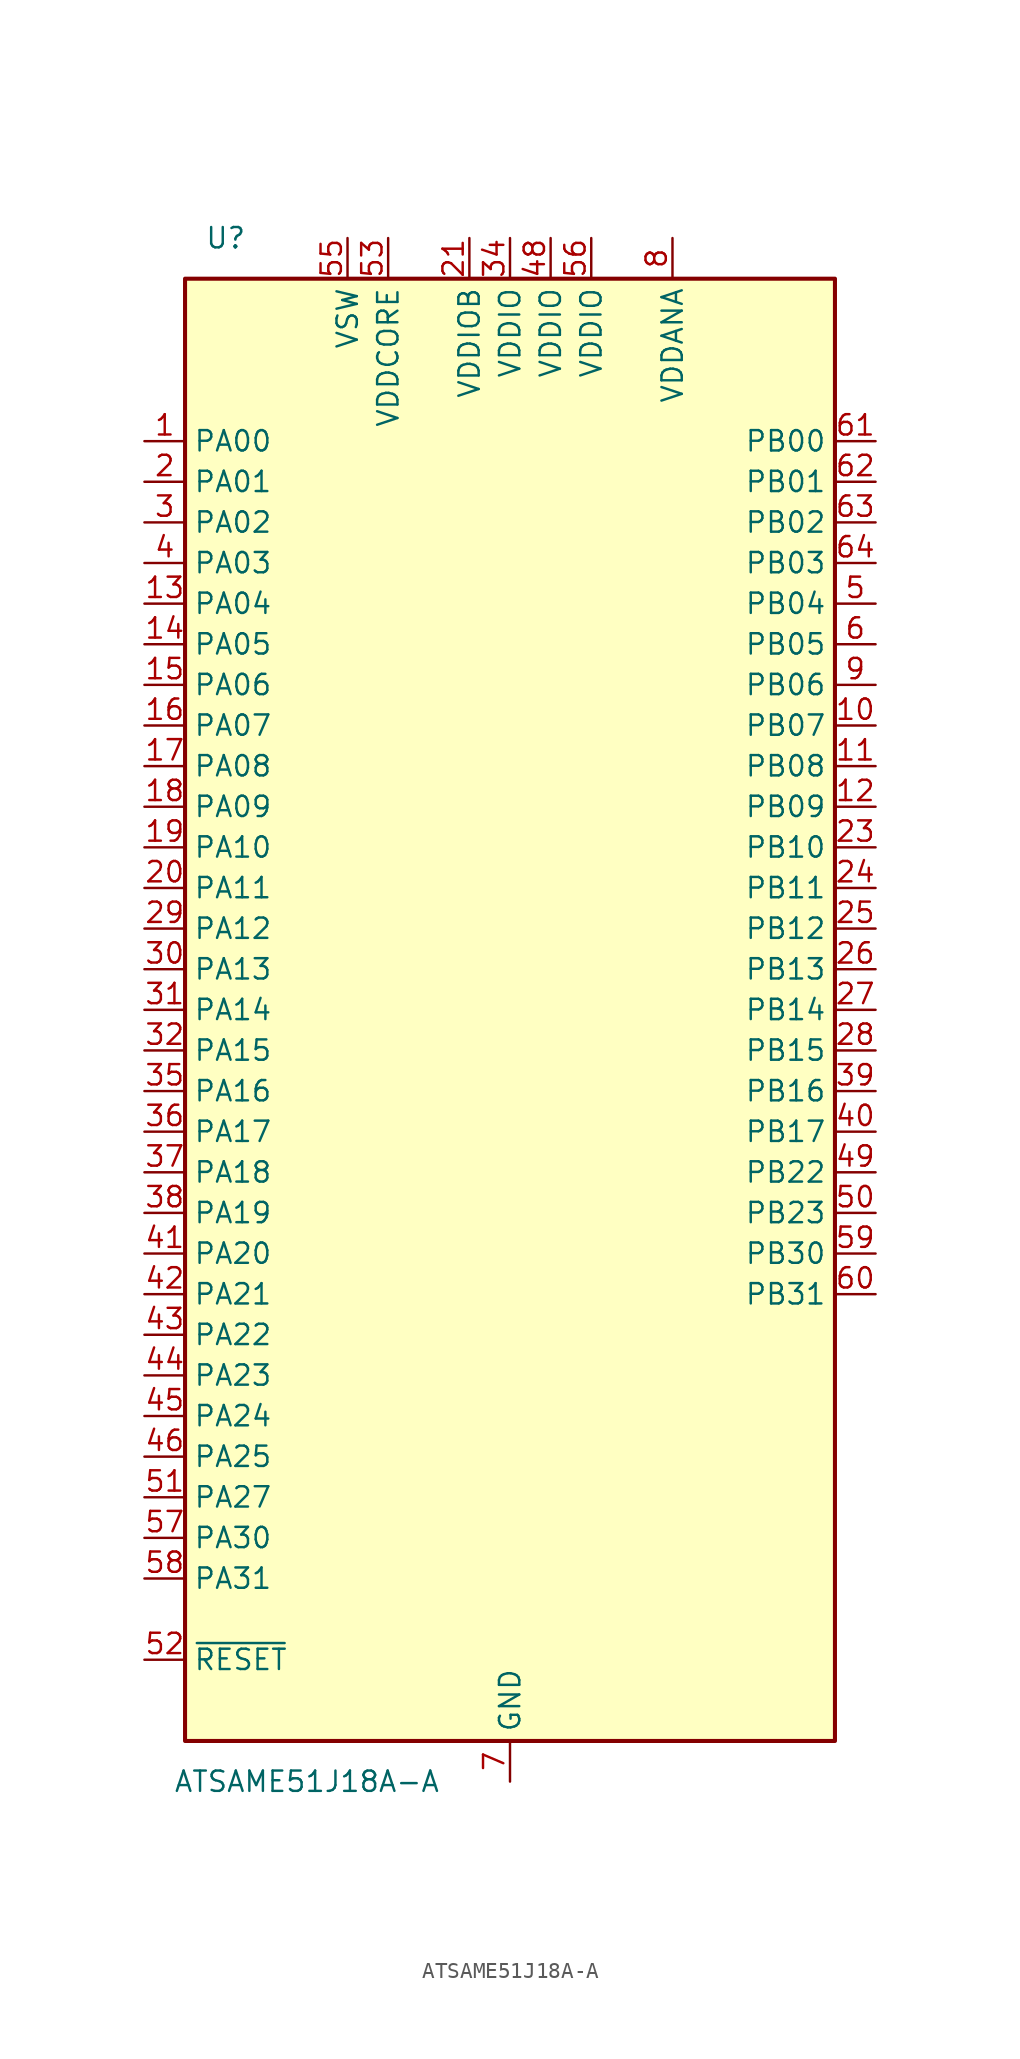
<source format=kicad_sym>
(kicad_symbol_lib
  (version 20211014)
  (generator kicad_symbol_editor)
  (symbol "ATSAME51J18A-A"
    (property "Reference" "U"
      (at -17.78 48.26 0)
      (effects (font (size 1.27 1.27))))
    (property "Value" "ATSAME51J18A-A"
      (at -12.7 -48.26 0)
      (effects (font (size 1.27 1.27))))
    (symbol "ATSAME51J18A-A_0_1"
      (rectangle (start -20.32 45.72) (end 20.32 -45.72) (stroke (width 0.254) (type default) (color 0 0 0 0)) (fill (type background))))
    (symbol "ATSAME51J18A-A_1_0"
      (pin bidirectional line (at 22.86 27.94 180) (length 2.54) (name "PB03" (effects (font (size 1.27 1.27)))) (number "64" (effects (font (size 1.27 1.27))))))
    (symbol "ATSAME51J18A-A_1_1"
      (pin bidirectional line (at -22.86 35.56 0) (length 2.54) (name "PA00" (effects (font (size 1.27 1.27)))) (number "1" (effects (font (size 1.27 1.27)))))
      (pin bidirectional line (at 22.86 17.78 180) (length 2.54) (name "PB07" (effects (font (size 1.27 1.27)))) (number "10" (effects (font (size 1.27 1.27)))))
      (pin bidirectional line (at 22.86 15.24 180) (length 2.54) (name "PB08" (effects (font (size 1.27 1.27)))) (number "11" (effects (font (size 1.27 1.27)))))
      (pin bidirectional line (at 22.86 12.7 180) (length 2.54) (name "PB09" (effects (font (size 1.27 1.27)))) (number "12" (effects (font (size 1.27 1.27)))))
      (pin bidirectional line (at -22.86 25.4 0) (length 2.54) (name "PA04" (effects (font (size 1.27 1.27)))) (number "13" (effects (font (size 1.27 1.27)))))
      (pin bidirectional line (at -22.86 22.86 0) (length 2.54) (name "PA05" (effects (font (size 1.27 1.27)))) (number "14" (effects (font (size 1.27 1.27)))))
      (pin bidirectional line (at -22.86 20.32 0) (length 2.54) (name "PA06" (effects (font (size 1.27 1.27)))) (number "15" (effects (font (size 1.27 1.27)))))
      (pin bidirectional line (at -22.86 17.78 0) (length 2.54) (name "PA07" (effects (font (size 1.27 1.27)))) (number "16" (effects (font (size 1.27 1.27)))))
      (pin bidirectional line (at -22.86 15.24 0) (length 2.54) (name "PA08" (effects (font (size 1.27 1.27)))) (number "17" (effects (font (size 1.27 1.27)))))
      (pin bidirectional line (at -22.86 12.7 0) (length 2.54) (name "PA09" (effects (font (size 1.27 1.27)))) (number "18" (effects (font (size 1.27 1.27)))))
      (pin bidirectional line (at -22.86 10.16 0) (length 2.54) (name "PA10" (effects (font (size 1.27 1.27)))) (number "19" (effects (font (size 1.27 1.27)))))
      (pin bidirectional line (at -22.86 33.02 0) (length 2.54) (name "PA01" (effects (font (size 1.27 1.27)))) (number "2" (effects (font (size 1.27 1.27)))))
      (pin bidirectional line (at -22.86 7.62 0) (length 2.54) (name "PA11" (effects (font (size 1.27 1.27)))) (number "20" (effects (font (size 1.27 1.27)))))
      (pin power_in line (at -2.54 48.26 270) (length 2.54) (name "VDDIOB" (effects (font (size 1.27 1.27)))) (number "21" (effects (font (size 1.27 1.27)))))
      (pin passive line (at 0 -48.26 90) (length 2.54) hide (name "GND" (effects (font (size 1.27 1.27)))) (number "22" (effects (font (size 1.27 1.27)))))
      (pin bidirectional line (at 22.86 10.16 180) (length 2.54) (name "PB10" (effects (font (size 1.27 1.27)))) (number "23" (effects (font (size 1.27 1.27)))))
      (pin bidirectional line (at 22.86 7.62 180) (length 2.54) (name "PB11" (effects (font (size 1.27 1.27)))) (number "24" (effects (font (size 1.27 1.27)))))
      (pin bidirectional line (at 22.86 5.08 180) (length 2.54) (name "PB12" (effects (font (size 1.27 1.27)))) (number "25" (effects (font (size 1.27 1.27)))))
      (pin bidirectional line (at 22.86 2.54 180) (length 2.54) (name "PB13" (effects (font (size 1.27 1.27)))) (number "26" (effects (font (size 1.27 1.27)))))
      (pin bidirectional line (at 22.86 0 180) (length 2.54) (name "PB14" (effects (font (size 1.27 1.27)))) (number "27" (effects (font (size 1.27 1.27)))))
      (pin bidirectional line (at 22.86 -2.54 180) (length 2.54) (name "PB15" (effects (font (size 1.27 1.27)))) (number "28" (effects (font (size 1.27 1.27)))))
      (pin bidirectional line (at -22.86 5.08 0) (length 2.54) (name "PA12" (effects (font (size 1.27 1.27)))) (number "29" (effects (font (size 1.27 1.27)))))
      (pin bidirectional line (at -22.86 30.48 0) (length 2.54) (name "PA02" (effects (font (size 1.27 1.27)))) (number "3" (effects (font (size 1.27 1.27)))))
      (pin bidirectional line (at -22.86 2.54 0) (length 2.54) (name "PA13" (effects (font (size 1.27 1.27)))) (number "30" (effects (font (size 1.27 1.27)))))
      (pin bidirectional line (at -22.86 0 0) (length 2.54) (name "PA14" (effects (font (size 1.27 1.27)))) (number "31" (effects (font (size 1.27 1.27)))))
      (pin bidirectional line (at -22.86 -2.54 0) (length 2.54) (name "PA15" (effects (font (size 1.27 1.27)))) (number "32" (effects (font (size 1.27 1.27)))))
      (pin passive line (at 0 -48.26 90) (length 2.54) hide (name "GND" (effects (font (size 1.27 1.27)))) (number "33" (effects (font (size 1.27 1.27)))))
      (pin power_in line (at 0 48.26 270) (length 2.54) (name "VDDIO" (effects (font (size 1.27 1.27)))) (number "34" (effects (font (size 1.27 1.27)))))
      (pin bidirectional line (at -22.86 -5.08 0) (length 2.54) (name "PA16" (effects (font (size 1.27 1.27)))) (number "35" (effects (font (size 1.27 1.27)))))
      (pin bidirectional line (at -22.86 -7.62 0) (length 2.54) (name "PA17" (effects (font (size 1.27 1.27)))) (number "36" (effects (font (size 1.27 1.27)))))
      (pin bidirectional line (at -22.86 -10.16 0) (length 2.54) (name "PA18" (effects (font (size 1.27 1.27)))) (number "37" (effects (font (size 1.27 1.27)))))
      (pin bidirectional line (at -22.86 -12.7 0) (length 2.54) (name "PA19" (effects (font (size 1.27 1.27)))) (number "38" (effects (font (size 1.27 1.27)))))
      (pin bidirectional line (at 22.86 -5.08 180) (length 2.54) (name "PB16" (effects (font (size 1.27 1.27)))) (number "39" (effects (font (size 1.27 1.27)))))
      (pin bidirectional line (at -22.86 27.94 0) (length 2.54) (name "PA03" (effects (font (size 1.27 1.27)))) (number "4" (effects (font (size 1.27 1.27)))))
      (pin bidirectional line (at 22.86 -7.62 180) (length 2.54) (name "PB17" (effects (font (size 1.27 1.27)))) (number "40" (effects (font (size 1.27 1.27)))))
      (pin bidirectional line (at -22.86 -15.24 0) (length 2.54) (name "PA20" (effects (font (size 1.27 1.27)))) (number "41" (effects (font (size 1.27 1.27)))))
      (pin bidirectional line (at -22.86 -17.78 0) (length 2.54) (name "PA21" (effects (font (size 1.27 1.27)))) (number "42" (effects (font (size 1.27 1.27)))))
      (pin bidirectional line (at -22.86 -20.32 0) (length 2.54) (name "PA22" (effects (font (size 1.27 1.27)))) (number "43" (effects (font (size 1.27 1.27)))))
      (pin bidirectional line (at -22.86 -22.86 0) (length 2.54) (name "PA23" (effects (font (size 1.27 1.27)))) (number "44" (effects (font (size 1.27 1.27)))))
      (pin bidirectional line (at -22.86 -25.4 0) (length 2.54) (name "PA24" (effects (font (size 1.27 1.27)))) (number "45" (effects (font (size 1.27 1.27)))))
      (pin bidirectional line (at -22.86 -27.94 0) (length 2.54) (name "PA25" (effects (font (size 1.27 1.27)))) (number "46" (effects (font (size 1.27 1.27)))))
      (pin passive line (at 0 -48.26 90) (length 2.54) hide (name "GND" (effects (font (size 1.27 1.27)))) (number "47" (effects (font (size 1.27 1.27)))))
      (pin power_in line (at 2.54 48.26 270) (length 2.54) (name "VDDIO" (effects (font (size 1.27 1.27)))) (number "48" (effects (font (size 1.27 1.27)))))
      (pin bidirectional line (at 22.86 -10.16 180) (length 2.54) (name "PB22" (effects (font (size 1.27 1.27)))) (number "49" (effects (font (size 1.27 1.27)))))
      (pin bidirectional line (at 22.86 25.4 180) (length 2.54) (name "PB04" (effects (font (size 1.27 1.27)))) (number "5" (effects (font (size 1.27 1.27)))))
      (pin bidirectional line (at 22.86 -12.7 180) (length 2.54) (name "PB23" (effects (font (size 1.27 1.27)))) (number "50" (effects (font (size 1.27 1.27)))))
      (pin bidirectional line (at -22.86 -30.48 0) (length 2.54) (name "PA27" (effects (font (size 1.27 1.27)))) (number "51" (effects (font (size 1.27 1.27)))))
      (pin input line (at -22.86 -40.64 0) (length 2.54) (name "~{RESET}" (effects (font (size 1.27 1.27)))) (number "52" (effects (font (size 1.27 1.27)))))
      (pin power_out line (at -7.62 48.26 270) (length 2.54) (name "VDDCORE" (effects (font (size 1.27 1.27)))) (number "53" (effects (font (size 1.27 1.27)))))
      (pin passive line (at 0 -48.26 90) (length 2.54) hide (name "GND" (effects (font (size 1.27 1.27)))) (number "54" (effects (font (size 1.27 1.27)))))
      (pin power_in line (at -10.16 48.26 270) (length 2.54) (name "VSW" (effects (font (size 1.27 1.27)))) (number "55" (effects (font (size 1.27 1.27)))))
      (pin power_in line (at 5.08 48.26 270) (length 2.54) (name "VDDIO" (effects (font (size 1.27 1.27)))) (number "56" (effects (font (size 1.27 1.27)))))
      (pin bidirectional line (at -22.86 -33.02 0) (length 2.54) (name "PA30" (effects (font (size 1.27 1.27)))) (number "57" (effects (font (size 1.27 1.27)))))
      (pin bidirectional line (at -22.86 -35.56 0) (length 2.54) (name "PA31" (effects (font (size 1.27 1.27)))) (number "58" (effects (font (size 1.27 1.27)))))
      (pin bidirectional line (at 22.86 -15.24 180) (length 2.54) (name "PB30" (effects (font (size 1.27 1.27)))) (number "59" (effects (font (size 1.27 1.27)))))
      (pin bidirectional line (at 22.86 22.86 180) (length 2.54) (name "PB05" (effects (font (size 1.27 1.27)))) (number "6" (effects (font (size 1.27 1.27)))))
      (pin bidirectional line (at 22.86 -17.78 180) (length 2.54) (name "PB31" (effects (font (size 1.27 1.27)))) (number "60" (effects (font (size 1.27 1.27)))))
      (pin bidirectional line (at 22.86 35.56 180) (length 2.54) (name "PB00" (effects (font (size 1.27 1.27)))) (number "61" (effects (font (size 1.27 1.27)))))
      (pin bidirectional line (at 22.86 33.02 180) (length 2.54) (name "PB01" (effects (font (size 1.27 1.27)))) (number "62" (effects (font (size 1.27 1.27)))))
      (pin bidirectional line (at 22.86 30.48 180) (length 2.54) (name "PB02" (effects (font (size 1.27 1.27)))) (number "63" (effects (font (size 1.27 1.27)))))
      (pin power_in line (at 0 -48.26 90) (length 2.54) (name "GND" (effects (font (size 1.27 1.27)))) (number "7" (effects (font (size 1.27 1.27)))))
      (pin power_in line (at 10.16 48.26 270) (length 2.54) (name "VDDANA" (effects (font (size 1.27 1.27)))) (number "8" (effects (font (size 1.27 1.27)))))
      (pin bidirectional line (at 22.86 20.32 180) (length 2.54) (name "PB06" (effects (font (size 1.27 1.27)))) (number "9" (effects (font (size 1.27 1.27))))))))
</source>
